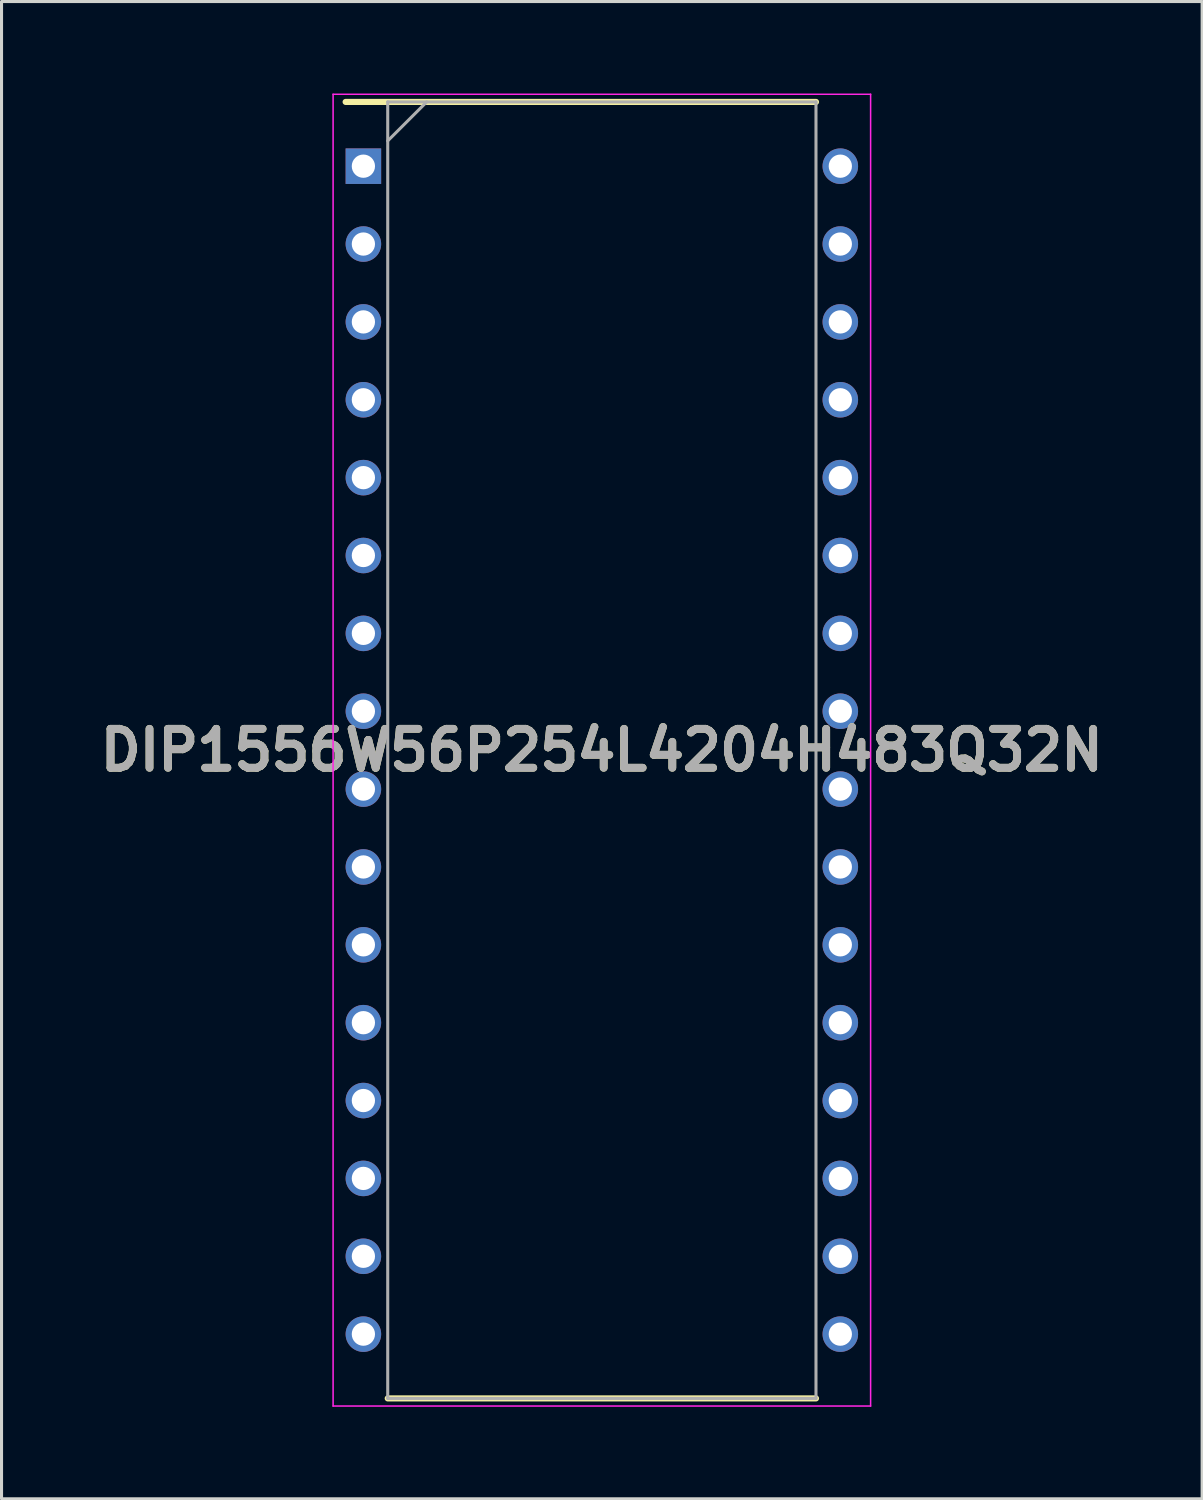
<source format=kicad_pcb>
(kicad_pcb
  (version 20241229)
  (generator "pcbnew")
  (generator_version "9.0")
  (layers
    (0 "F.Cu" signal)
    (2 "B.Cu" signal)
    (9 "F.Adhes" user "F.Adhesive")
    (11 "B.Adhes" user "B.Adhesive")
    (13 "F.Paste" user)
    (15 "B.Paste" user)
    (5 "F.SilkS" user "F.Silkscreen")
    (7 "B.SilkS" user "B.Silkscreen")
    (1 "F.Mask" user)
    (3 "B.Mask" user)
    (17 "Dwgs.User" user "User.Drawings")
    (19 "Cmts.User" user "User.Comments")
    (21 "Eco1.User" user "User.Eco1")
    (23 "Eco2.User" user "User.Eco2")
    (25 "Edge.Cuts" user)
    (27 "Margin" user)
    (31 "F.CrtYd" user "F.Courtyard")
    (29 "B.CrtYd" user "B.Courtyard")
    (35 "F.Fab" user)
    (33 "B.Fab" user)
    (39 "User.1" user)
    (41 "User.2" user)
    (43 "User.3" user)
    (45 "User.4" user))
  (footprint "DIP1556W56P254L4204H483Q32N"
    (layer "F.Cu")
    (at 16.583 21.421)
    (property "Reference" "DIP1556W56P254L4204H483Q32N" (at 0 0 0) (layer "F.SilkS") (effects (font (size 1.27 1.27) (thickness 0.254))))
    (attr through_hole)
    (fp_line (start -8.358 -21.146) (end 6.985 -21.146) (stroke (width 0.2) (type solid)) (layer "F.SilkS"))
    (fp_line (start -6.985 21.146) (end 6.985 21.146) (stroke (width 0.2) (type solid)) (layer "F.SilkS"))
    (fp_line (start -8.767 -21.396) (end 8.767 -21.396) (stroke (width 0.05) (type solid)) (layer "F.CrtYd"))
    (fp_line (start -8.767 21.396) (end -8.767 -21.396) (stroke (width 0.05) (type solid)) (layer "F.CrtYd"))
    (fp_line (start 8.767 -21.396) (end 8.767 21.396) (stroke (width 0.05) (type solid)) (layer "F.CrtYd"))
    (fp_line (start 8.767 21.396) (end -8.767 21.396) (stroke (width 0.05) (type solid)) (layer "F.CrtYd"))
    (fp_line (start -6.985 -21.146) (end 6.985 -21.146) (stroke (width 0.1) (type solid)) (layer "F.Fab"))
    (fp_line (start -6.985 -19.876) (end -5.715 -21.146) (stroke (width 0.1) (type solid)) (layer "F.Fab"))
    (fp_line (start -6.985 21.146) (end -6.985 -21.146) (stroke (width 0.1) (type solid)) (layer "F.Fab"))
    (fp_line (start 6.985 -21.146) (end 6.985 21.146) (stroke (width 0.1) (type solid)) (layer "F.Fab"))
    (fp_line (start 6.985 21.146) (end -6.985 21.146) (stroke (width 0.1) (type solid)) (layer "F.Fab"))
    (fp_text user "${REFERENCE}" (at 0 0 0) (layer "F.Fab") (effects (font (size 1.27 1.27) (thickness 0.254))))
    (pad "1" thru_hole rect (at -7.779 -19.05) (size 1.159 1.159) (drill 0.759) (layers "*.Cu" "*.Mask"))
    (pad "2" thru_hole circle (at -7.779 -16.51) (size 1.159 1.159) (drill 0.759) (layers "*.Cu" "*.Mask"))
    (pad "3" thru_hole circle (at -7.779 -13.97) (size 1.159 1.159) (drill 0.759) (layers "*.Cu" "*.Mask"))
    (pad "4" thru_hole circle (at -7.779 -11.43) (size 1.159 1.159) (drill 0.759) (layers "*.Cu" "*.Mask"))
    (pad "5" thru_hole circle (at -7.779 -8.89) (size 1.159 1.159) (drill 0.759) (layers "*.Cu" "*.Mask"))
    (pad "6" thru_hole circle (at -7.779 -6.35) (size 1.159 1.159) (drill 0.759) (layers "*.Cu" "*.Mask"))
    (pad "7" thru_hole circle (at -7.779 -3.81) (size 1.159 1.159) (drill 0.759) (layers "*.Cu" "*.Mask"))
    (pad "8" thru_hole circle (at -7.779 -1.27) (size 1.159 1.159) (drill 0.759) (layers "*.Cu" "*.Mask"))
    (pad "9" thru_hole circle (at -7.779 1.27) (size 1.159 1.159) (drill 0.759) (layers "*.Cu" "*.Mask"))
    (pad "10" thru_hole circle (at -7.779 3.81) (size 1.159 1.159) (drill 0.759) (layers "*.Cu" "*.Mask"))
    (pad "11" thru_hole circle (at -7.779 6.35) (size 1.159 1.159) (drill 0.759) (layers "*.Cu" "*.Mask"))
    (pad "12" thru_hole circle (at -7.779 8.89) (size 1.159 1.159) (drill 0.759) (layers "*.Cu" "*.Mask"))
    (pad "13" thru_hole circle (at -7.779 11.43) (size 1.159 1.159) (drill 0.759) (layers "*.Cu" "*.Mask"))
    (pad "14" thru_hole circle (at -7.779 13.97) (size 1.159 1.159) (drill 0.759) (layers "*.Cu" "*.Mask"))
    (pad "15" thru_hole circle (at -7.779 16.51) (size 1.159 1.159) (drill 0.759) (layers "*.Cu" "*.Mask"))
    (pad "16" thru_hole circle (at -7.779 19.05) (size 1.159 1.159) (drill 0.759) (layers "*.Cu" "*.Mask"))
    (pad "17" thru_hole circle (at 7.779 19.05) (size 1.159 1.159) (drill 0.759) (layers "*.Cu" "*.Mask"))
    (pad "18" thru_hole circle (at 7.779 16.51) (size 1.159 1.159) (drill 0.759) (layers "*.Cu" "*.Mask"))
    (pad "19" thru_hole circle (at 7.779 13.97) (size 1.159 1.159) (drill 0.759) (layers "*.Cu" "*.Mask"))
    (pad "20" thru_hole circle (at 7.779 11.43) (size 1.159 1.159) (drill 0.759) (layers "*.Cu" "*.Mask"))
    (pad "21" thru_hole circle (at 7.779 8.89) (size 1.159 1.159) (drill 0.759) (layers "*.Cu" "*.Mask"))
    (pad "22" thru_hole circle (at 7.779 6.35) (size 1.159 1.159) (drill 0.759) (layers "*.Cu" "*.Mask"))
    (pad "23" thru_hole circle (at 7.779 3.81) (size 1.159 1.159) (drill 0.759) (layers "*.Cu" "*.Mask"))
    (pad "24" thru_hole circle (at 7.779 1.27) (size 1.159 1.159) (drill 0.759) (layers "*.Cu" "*.Mask"))
    (pad "25" thru_hole circle (at 7.779 -1.27) (size 1.159 1.159) (drill 0.759) (layers "*.Cu" "*.Mask"))
    (pad "26" thru_hole circle (at 7.779 -3.81) (size 1.159 1.159) (drill 0.759) (layers "*.Cu" "*.Mask"))
    (pad "27" thru_hole circle (at 7.779 -6.35) (size 1.159 1.159) (drill 0.759) (layers "*.Cu" "*.Mask"))
    (pad "28" thru_hole circle (at 7.779 -8.89) (size 1.159 1.159) (drill 0.759) (layers "*.Cu" "*.Mask"))
    (pad "29" thru_hole circle (at 7.779 -11.43) (size 1.159 1.159) (drill 0.759) (layers "*.Cu" "*.Mask"))
    (pad "30" thru_hole circle (at 7.779 -13.97) (size 1.159 1.159) (drill 0.759) (layers "*.Cu" "*.Mask"))
    (pad "31" thru_hole circle (at 7.779 -16.51) (size 1.159 1.159) (drill 0.759) (layers "*.Cu" "*.Mask"))
    (pad "32" thru_hole circle (at 7.779 -19.05) (size 1.159 1.159) (drill 0.759) (layers "*.Cu" "*.Mask")))
  (gr_rect
    (start -3 -3)
    (end 36.165 45.842)
    (stroke (width 0.1) (type default))
    (fill no)
    (layer "Edge.Cuts")))
</source>
